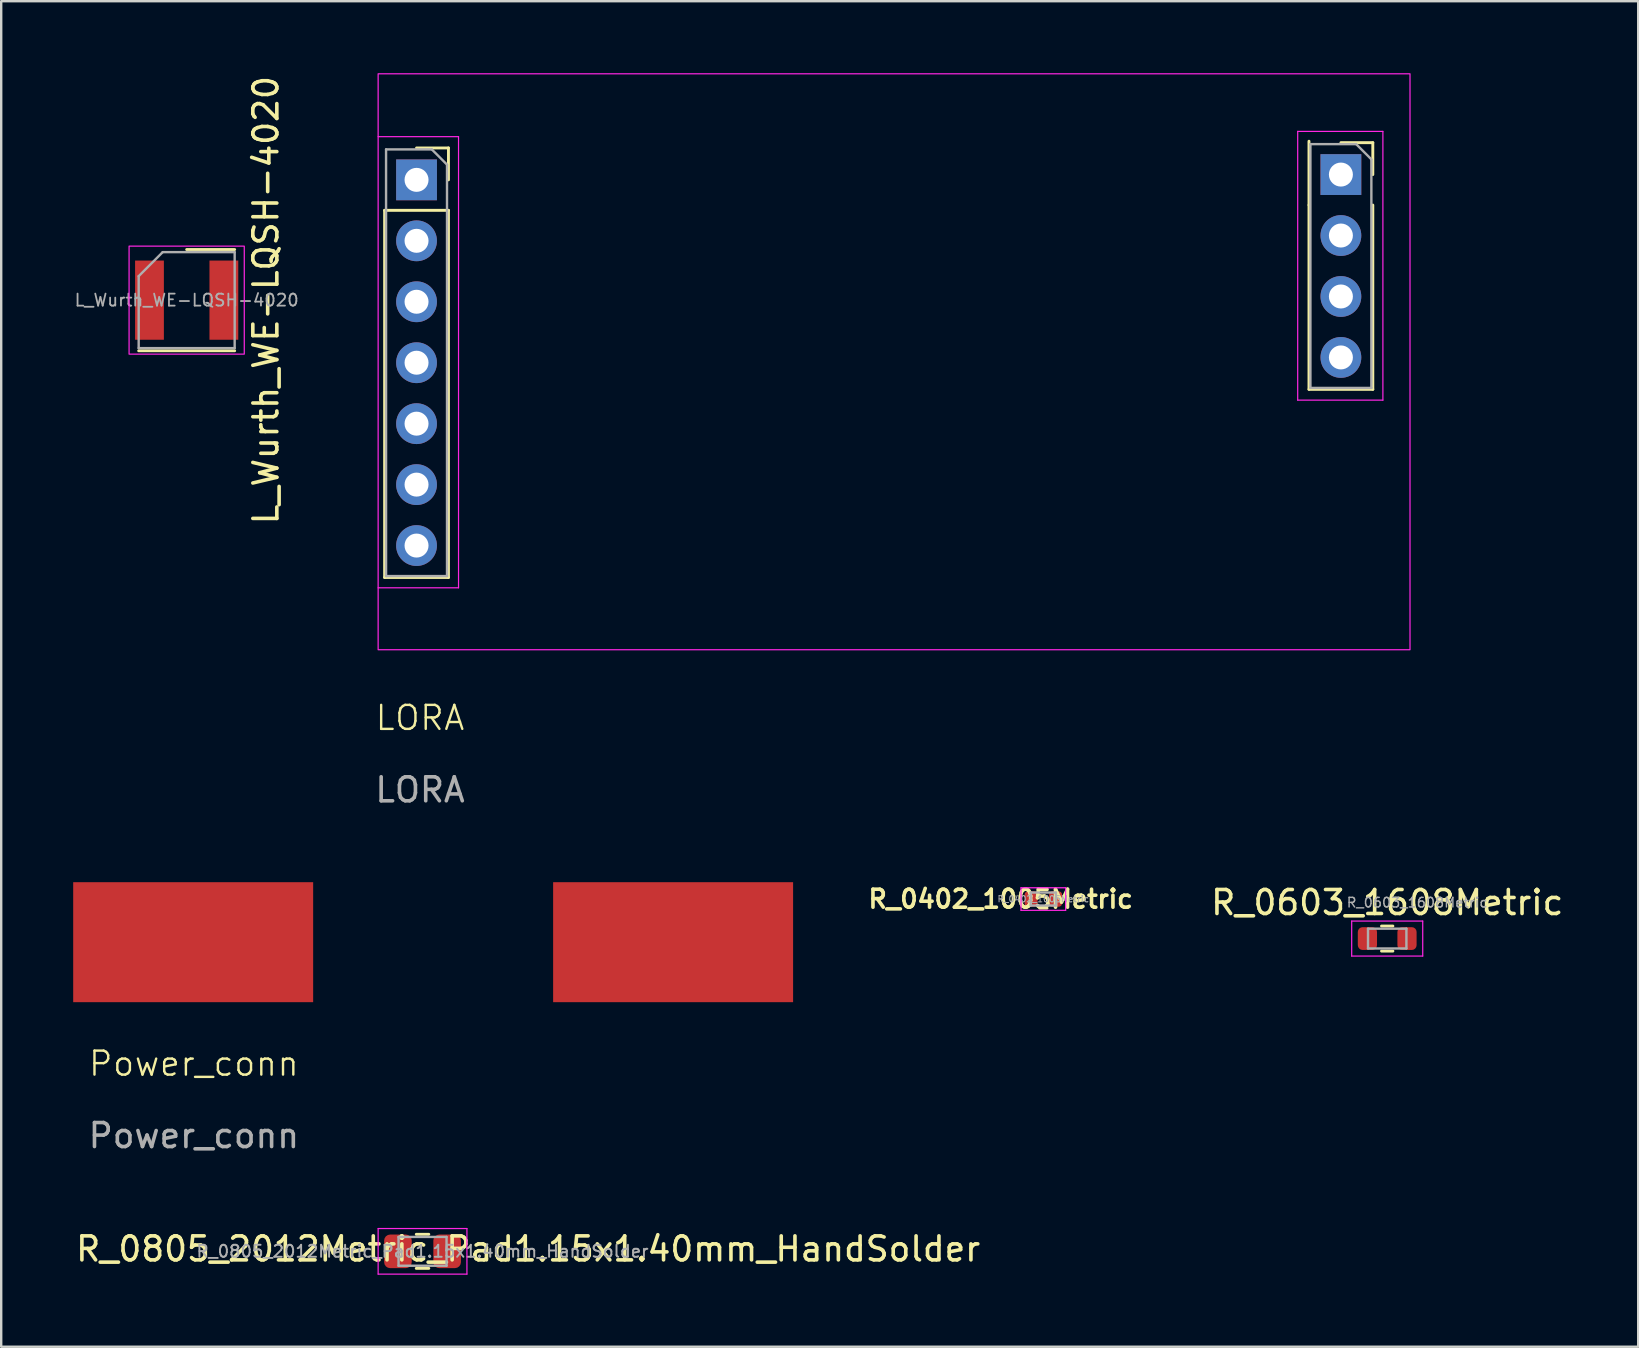
<source format=kicad_pcb>
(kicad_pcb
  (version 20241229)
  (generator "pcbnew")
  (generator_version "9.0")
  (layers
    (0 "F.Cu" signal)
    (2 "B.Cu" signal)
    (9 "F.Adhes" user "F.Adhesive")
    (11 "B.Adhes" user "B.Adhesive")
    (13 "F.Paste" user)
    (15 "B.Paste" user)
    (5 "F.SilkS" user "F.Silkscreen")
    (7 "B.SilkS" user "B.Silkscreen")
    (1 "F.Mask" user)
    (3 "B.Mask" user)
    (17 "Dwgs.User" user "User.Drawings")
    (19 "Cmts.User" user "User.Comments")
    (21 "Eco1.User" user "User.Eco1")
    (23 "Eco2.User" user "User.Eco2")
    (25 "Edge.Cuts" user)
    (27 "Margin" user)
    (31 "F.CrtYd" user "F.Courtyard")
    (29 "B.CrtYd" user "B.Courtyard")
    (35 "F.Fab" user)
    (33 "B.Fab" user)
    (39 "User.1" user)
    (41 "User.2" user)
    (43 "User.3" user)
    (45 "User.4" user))
  (footprint "R_0603_1608Metric"
    (layer "F.Cu")
    (at 54.758 36.062)
    (property "Reference" "R_0603_1608Metric" (at 0 -1.5 180) (layer "F.SilkS") (effects (font (size 1 1) (thickness 0.15))))
    (attr smd)
    (fp_line (start -0.237 -0.522) (end 0.237 -0.522) (stroke (width 0.12) (type solid)) (layer "F.SilkS"))
    (fp_line (start -0.237 0.522) (end 0.237 0.522) (stroke (width 0.12) (type solid)) (layer "F.SilkS"))
    (fp_line (start -1.48 -0.73) (end 1.48 -0.73) (stroke (width 0.05) (type solid)) (layer "F.CrtYd"))
    (fp_line (start -1.48 0.73) (end -1.48 -0.73) (stroke (width 0.05) (type solid)) (layer "F.CrtYd"))
    (fp_line (start 1.48 -0.73) (end 1.48 0.73) (stroke (width 0.05) (type solid)) (layer "F.CrtYd"))
    (fp_line (start 1.48 0.73) (end -1.48 0.73) (stroke (width 0.05) (type solid)) (layer "F.CrtYd"))
    (fp_line (start -0.8 -0.412) (end 0.8 -0.412) (stroke (width 0.1) (type solid)) (layer "F.Fab"))
    (fp_line (start -0.8 0.412) (end -0.8 -0.412) (stroke (width 0.1) (type solid)) (layer "F.Fab"))
    (fp_line (start 0.8 -0.412) (end 0.8 0.412) (stroke (width 0.1) (type solid)) (layer "F.Fab"))
    (fp_line (start 0.8 0.412) (end -0.8 0.412) (stroke (width 0.1) (type solid)) (layer "F.Fab"))
    (fp_text user "${REFERENCE}" (at 1.25 -1.5 180) (layer "F.Fab") (effects (font (size 0.4 0.4) (thickness 0.06))))
    (pad "1" smd roundrect (at -0.825 0) (size 0.8 0.95) (layers "F.Cu" "F.Mask" "F.Paste") (roundrect_rratio 0.25))
    (pad "2" smd roundrect (at 0.825 0) (size 0.8 0.95) (layers "F.Cu" "F.Mask" "F.Paste") (roundrect_rratio 0.25)))
  (footprint "Power_conn"
    (layer "F.Cu")
    (at 5 36.213)
    (property "Reference" "Power_conn" (at 0.03 5.06 0) (unlocked yes) (layer "F.SilkS") (effects (font (size 1 1) (thickness 0.1))))
    (attr smd)
    (fp_text user "${REFERENCE}" (at 0.03 8.06 0) (unlocked yes) (layer "F.Fab") (effects (font (size 1 1) (thickness 0.15))))
    (pad "1" smd rect (at 0 0) (size 10 5) (layers "F.Cu" "F.Mask" "F.Paste"))
    (pad "2" smd rect (at 20 0) (size 10 5) (layers "F.Cu" "F.Mask" "F.Paste")))
  (footprint "R_0402_1005Metric"
    (layer "F.Cu")
    (at 40.428 34.415)
    (property "Reference" "R_0402_1005Metric" (at -1.778 0 180) (layer "F.SilkS") (effects (font (size 0.75 0.75) (thickness 0.15))))
    (attr smd)
    (fp_line (start -0.154 -0.38) (end 0.154 -0.38) (stroke (width 0.12) (type solid)) (layer "F.SilkS"))
    (fp_line (start -0.154 0.38) (end 0.154 0.38) (stroke (width 0.12) (type solid)) (layer "F.SilkS"))
    (fp_line (start -0.93 -0.47) (end 0.93 -0.47) (stroke (width 0.05) (type solid)) (layer "F.CrtYd"))
    (fp_line (start -0.93 0.47) (end -0.93 -0.47) (stroke (width 0.05) (type solid)) (layer "F.CrtYd"))
    (fp_line (start 0.93 -0.47) (end 0.93 0.47) (stroke (width 0.05) (type solid)) (layer "F.CrtYd"))
    (fp_line (start 0.93 0.47) (end -0.93 0.47) (stroke (width 0.05) (type solid)) (layer "F.CrtYd"))
    (fp_line (start -0.525 -0.27) (end 0.525 -0.27) (stroke (width 0.1) (type solid)) (layer "F.Fab"))
    (fp_line (start -0.525 0.27) (end -0.525 -0.27) (stroke (width 0.1) (type solid)) (layer "F.Fab"))
    (fp_line (start 0.525 -0.27) (end 0.525 0.27) (stroke (width 0.1) (type solid)) (layer "F.Fab"))
    (fp_line (start 0.525 0.27) (end -0.525 0.27) (stroke (width 0.1) (type solid)) (layer "F.Fab"))
    (fp_text user "${REFERENCE}" (at 0 0 180) (layer "F.Fab") (effects (font (size 0.26 0.26) (thickness 0.04))))
    (pad "1" smd roundrect (at -0.51 0) (size 0.54 0.64) (layers "F.Cu" "F.Mask" "F.Paste") (roundrect_rratio 0.25))
    (pad "2" smd roundrect (at 0.51 0) (size 0.54 0.64) (layers "F.Cu" "F.Mask" "F.Paste") (roundrect_rratio 0.25)))
  (footprint "L_Wurth_WE-LQSH-4020"
    (layer "F.Cu")
    (at 4.729 9.458)
    (property "Reference" "L_Wurth_WE-LQSH-4020" (at 3.302 0 90) (unlocked yes) (layer "F.SilkS") (effects (font (size 1 1) (thickness 0.15))))
    (attr smd)
    (fp_line (start -2 2.11) (end 2 2.11) (stroke (width 0.12) (type solid)) (layer "F.SilkS"))
    (fp_line (start 0 -2.11) (end 2 -2.11) (stroke (width 0.12) (type solid)) (layer "F.SilkS"))
    (fp_rect (start -2.4 -2.25) (end 2.4 2.25) (stroke (width 0.05) (type solid)) (fill no) (layer "F.CrtYd"))
    (fp_line (start -2 -1) (end -2 2) (stroke (width 0.1) (type solid)) (layer "F.Fab"))
    (fp_line (start -2 2) (end 2 2) (stroke (width 0.1) (type solid)) (layer "F.Fab"))
    (fp_line (start -1 -2) (end -2 -1) (stroke (width 0.1) (type solid)) (layer "F.Fab"))
    (fp_line (start -1 -2) (end 2 -2) (stroke (width 0.1) (type solid)) (layer "F.Fab"))
    (fp_line (start 2 -2) (end 2 2) (stroke (width 0.1) (type solid)) (layer "F.Fab"))
    (fp_text user "${REFERENCE}" (at 0 0 0) (unlocked yes) (layer "F.Fab") (effects (font (size 0.5 0.5) (thickness 0.075))))
    (pad "1" smd rect (at -1.55 0) (size 1.2 3.3) (layers "F.Cu" "F.Mask" "F.Paste"))
    (pad "2" smd rect (at 1.55 0) (size 1.2 3.3) (layers "F.Cu" "F.Mask" "F.Paste")))
  (footprint "LORA"
    (layer "F.Cu")
    (at 12.708 24.025)
    (property "Reference" "LORA" (at 1.745 2.84 0) (unlocked yes) (layer "F.SilkS") (effects (font (size 1 1) (thickness 0.1))))
    (attr smd)
    (fp_line (start 0.27 -18.31) (end 0.27 -3.01) (stroke (width 0.12) (type solid)) (layer "F.SilkS"))
    (fp_line (start 0.27 -18.31) (end 2.93 -18.31) (stroke (width 0.12) (type solid)) (layer "F.SilkS"))
    (fp_line (start 0.27 -3.01) (end 2.93 -3.01) (stroke (width 0.12) (type solid)) (layer "F.SilkS"))
    (fp_line (start 1.6 -20.91) (end 2.93 -20.91) (stroke (width 0.12) (type solid)) (layer "F.SilkS"))
    (fp_line (start 2.93 -20.91) (end 2.93 -19.58) (stroke (width 0.12) (type solid)) (layer "F.SilkS"))
    (fp_line (start 2.93 -18.31) (end 2.93 -3.01) (stroke (width 0.12) (type solid)) (layer "F.SilkS"))
    (fp_line (start 38.79 -18.53) (end 38.79 -21.19) (stroke (width 0.12) (type solid)) (layer "F.SilkS"))
    (fp_line (start 38.79 -18.53) (end 38.79 -10.85) (stroke (width 0.12) (type solid)) (layer "F.SilkS"))
    (fp_line (start 38.79 -10.85) (end 41.45 -10.85) (stroke (width 0.12) (type solid)) (layer "F.SilkS"))
    (fp_line (start 40.12 -21.13) (end 41.45 -21.13) (stroke (width 0.12) (type solid)) (layer "F.SilkS"))
    (fp_line (start 41.45 -21.13) (end 41.45 -19.8) (stroke (width 0.12) (type solid)) (layer "F.SilkS"))
    (fp_line (start 41.45 -18.53) (end 41.45 -10.85) (stroke (width 0.12) (type solid)) (layer "F.SilkS"))
    (fp_line (start 0 -21.38) (end 3.35 -21.38) (stroke (width 0.05) (type solid)) (layer "F.CrtYd"))
    (fp_line (start 3.35 -21.38) (end 3.35 -2.58) (stroke (width 0.05) (type solid)) (layer "F.CrtYd"))
    (fp_line (start 3.35 -2.58) (end 0 -2.58) (stroke (width 0.05) (type solid)) (layer "F.CrtYd"))
    (fp_line (start 38.32 -21.6) (end 41.87 -21.6) (stroke (width 0.05) (type solid)) (layer "F.CrtYd"))
    (fp_line (start 38.32 -10.4) (end 38.32 -21.6) (stroke (width 0.05) (type solid)) (layer "F.CrtYd"))
    (fp_line (start 41.87 -21.6) (end 41.87 -10.4) (stroke (width 0.05) (type solid)) (layer "F.CrtYd"))
    (fp_line (start 41.87 -10.4) (end 38.32 -10.4) (stroke (width 0.05) (type solid)) (layer "F.CrtYd"))
    (fp_rect (start 0 -24) (end 43 0) (stroke (width 0.05) (type default)) (fill no) (layer "F.CrtYd"))
    (fp_line (start 0.33 -20.85) (end 2.235 -20.85) (stroke (width 0.1) (type solid)) (layer "F.Fab"))
    (fp_line (start 0.33 -3.07) (end 0.33 -20.85) (stroke (width 0.1) (type solid)) (layer "F.Fab"))
    (fp_line (start 2.235 -20.85) (end 2.87 -20.215) (stroke (width 0.1) (type solid)) (layer "F.Fab"))
    (fp_line (start 2.87 -20.215) (end 2.87 -3.07) (stroke (width 0.1) (type solid)) (layer "F.Fab"))
    (fp_line (start 2.87 -3.07) (end 0.33 -3.07) (stroke (width 0.1) (type solid)) (layer "F.Fab"))
    (fp_line (start 38.85 -21.07) (end 40.755 -21.07) (stroke (width 0.1) (type solid)) (layer "F.Fab"))
    (fp_line (start 38.85 -10.91) (end 38.85 -21.07) (stroke (width 0.1) (type solid)) (layer "F.Fab"))
    (fp_line (start 40.755 -21.07) (end 41.39 -20.435) (stroke (width 0.1) (type solid)) (layer "F.Fab"))
    (fp_line (start 41.39 -20.435) (end 41.39 -10.91) (stroke (width 0.1) (type solid)) (layer "F.Fab"))
    (fp_line (start 41.39 -10.91) (end 38.85 -10.91) (stroke (width 0.1) (type solid)) (layer "F.Fab"))
    (fp_text user "${REFERENCE}" (at 1.745 5.84 0) (unlocked yes) (layer "F.Fab") (effects (font (size 1 1) (thickness 0.15))))
    (pad "1" thru_hole rect (at 1.6 -19.58) (size 1.7 1.7) (drill 1) (layers "*.Cu" "*.Mask"))
    (pad "2" thru_hole oval (at 1.6 -17.04) (size 1.7 1.7) (drill 1) (layers "*.Cu" "*.Mask"))
    (pad "3" thru_hole oval (at 1.6 -14.5) (size 1.7 1.7) (drill 1) (layers "*.Cu" "*.Mask"))
    (pad "4" thru_hole oval (at 1.6 -11.96) (size 1.7 1.7) (drill 1) (layers "*.Cu" "*.Mask"))
    (pad "5" thru_hole oval (at 1.6 -9.42) (size 1.7 1.7) (drill 1) (layers "*.Cu" "*.Mask"))
    (pad "6" thru_hole oval (at 1.6 -6.88) (size 1.7 1.7) (drill 1) (layers "*.Cu" "*.Mask"))
    (pad "7" thru_hole oval (at 1.6 -4.34) (size 1.7 1.7) (drill 1) (layers "*.Cu" "*.Mask"))
    (pad "8" thru_hole oval (at 40.12 -12.18) (size 1.7 1.7) (drill 1) (layers "*.Cu" "*.Mask"))
    (pad "9" thru_hole oval (at 40.12 -14.72) (size 1.7 1.7) (drill 1) (layers "*.Cu" "*.Mask"))
    (pad "10" thru_hole oval (at 40.12 -17.26) (size 1.7 1.7) (drill 1) (layers "*.Cu" "*.Mask"))
    (pad "11" thru_hole rect (at 40.12 -19.8) (size 1.7 1.7) (drill 1) (layers "*.Cu" "*.Mask")))
  (footprint "R_0805_2012Metric_Pad1.15x1.40mm_HandSolder"
    (layer "F.Cu")
    (at 14.558 49.096)
    (property "Reference" "R_0805_2012Metric_Pad1.15x1.40mm_HandSolder" (at 4.4 -0.1 0) (layer "F.SilkS") (effects (font (size 1 1) (thickness 0.15))))
    (attr smd)
    (fp_line (start -0.261 -0.71) (end 0.261 -0.71) (stroke (width 0.12) (type solid)) (layer "F.SilkS"))
    (fp_line (start -0.261 0.71) (end 0.261 0.71) (stroke (width 0.12) (type solid)) (layer "F.SilkS"))
    (fp_line (start -1.85 -0.95) (end 1.85 -0.95) (stroke (width 0.05) (type solid)) (layer "F.CrtYd"))
    (fp_line (start -1.85 0.95) (end -1.85 -0.95) (stroke (width 0.05) (type solid)) (layer "F.CrtYd"))
    (fp_line (start 1.85 -0.95) (end 1.85 0.95) (stroke (width 0.05) (type solid)) (layer "F.CrtYd"))
    (fp_line (start 1.85 0.95) (end -1.85 0.95) (stroke (width 0.05) (type solid)) (layer "F.CrtYd"))
    (fp_line (start -1 -0.6) (end 1 -0.6) (stroke (width 0.1) (type solid)) (layer "F.Fab"))
    (fp_line (start -1 0.6) (end -1 -0.6) (stroke (width 0.1) (type solid)) (layer "F.Fab"))
    (fp_line (start 1 -0.6) (end 1 0.6) (stroke (width 0.1) (type solid)) (layer "F.Fab"))
    (fp_line (start 1 0.6) (end -1 0.6) (stroke (width 0.1) (type solid)) (layer "F.Fab"))
    (fp_text user "${REFERENCE}" (at 0 0 0) (layer "F.Fab") (effects (font (size 0.5 0.5) (thickness 0.08))))
    (pad "1" smd roundrect (at -1.025 0) (size 1.15 1.4) (layers "F.Cu" "F.Mask" "F.Paste") (roundrect_rratio 0.217))
    (pad "2" smd roundrect (at 1.025 0) (size 1.15 1.4) (layers "F.Cu" "F.Mask" "F.Paste") (roundrect_rratio 0.217)))
  (gr_rect
    (start -3 -3)
    (end 65.217 53.072)
    (stroke (width 0.1) (type default))
    (fill no)
    (layer "Edge.Cuts")))
</source>
